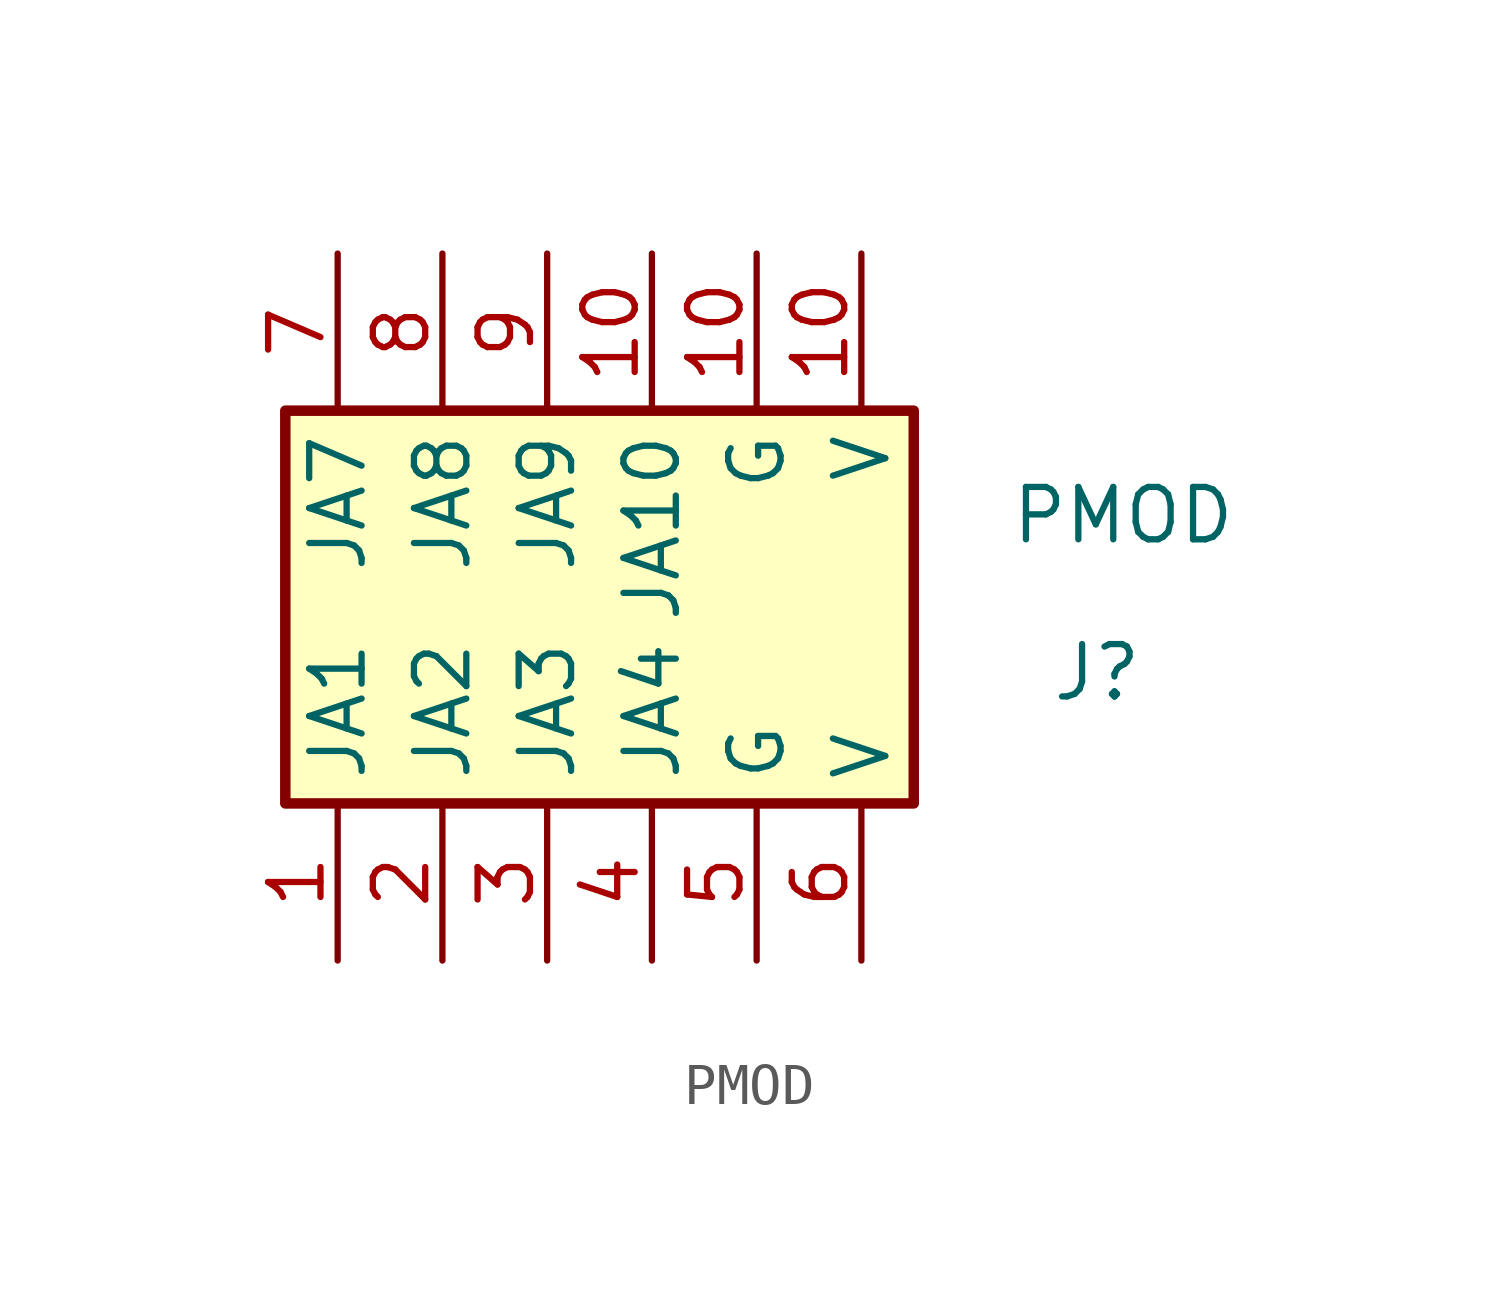
<source format=kicad_sym>
(kicad_symbol_lib
  (version 20211014)
  (generator kicad_symbol_editor)
  (symbol "PMOD"
    (property "Reference" "J"
      (at 12.065 -1.27 0)
      (effects (font (size 1.27 1.27))))
    (property "Value" "PMOD"
      (at 12.7 2.54 0)
      (effects (font (size 1.27 1.27))))
    (symbol "PMOD_1_1"
      (rectangle (start -7.62 5.08) (end 7.62 -4.445) (stroke (width 0.254) (type default) (color 0 0 0 0)) (fill (type background)))
      (pin passive line (at -6.35 -8.255 90) (length 3.81) (name "JA1" (effects (font (size 1.27 1.27)))) (number "1" (effects (font (size 1.27 1.27)))))
      (pin passive line (at 3.81 8.89 270) (length 3.81) (name "G" (effects (font (size 1.27 1.27)))) (number "10" (effects (font (size 1.27 1.27)))))
      (pin passive line (at 1.27 8.89 270) (length 3.81) (name "JA10" (effects (font (size 1.27 1.27)))) (number "10" (effects (font (size 1.27 1.27)))))
      (pin passive line (at 6.35 8.89 270) (length 3.81) (name "V" (effects (font (size 1.27 1.27)))) (number "10" (effects (font (size 1.27 1.27)))))
      (pin passive line (at -3.81 -8.255 90) (length 3.81) (name "JA2" (effects (font (size 1.27 1.27)))) (number "2" (effects (font (size 1.27 1.27)))))
      (pin passive line (at -1.27 -8.255 90) (length 3.81) (name "JA3" (effects (font (size 1.27 1.27)))) (number "3" (effects (font (size 1.27 1.27)))))
      (pin passive line (at 1.27 -8.255 90) (length 3.81) (name "JA4" (effects (font (size 1.27 1.27)))) (number "4" (effects (font (size 1.27 1.27)))))
      (pin passive line (at 3.81 -8.255 90) (length 3.81) (name "G" (effects (font (size 1.27 1.27)))) (number "5" (effects (font (size 1.27 1.27)))))
      (pin passive line (at 6.35 -8.255 90) (length 3.81) (name "V" (effects (font (size 1.27 1.27)))) (number "6" (effects (font (size 1.27 1.27)))))
      (pin passive line (at -6.35 8.89 270) (length 3.81) (name "JA7" (effects (font (size 1.27 1.27)))) (number "7" (effects (font (size 1.27 1.27)))))
      (pin passive line (at -3.81 8.89 270) (length 3.81) (name "JA8" (effects (font (size 1.27 1.27)))) (number "8" (effects (font (size 1.27 1.27)))))
      (pin passive line (at -1.27 8.89 270) (length 3.81) (name "JA9" (effects (font (size 1.27 1.27)))) (number "9" (effects (font (size 1.27 1.27))))))))
</source>
